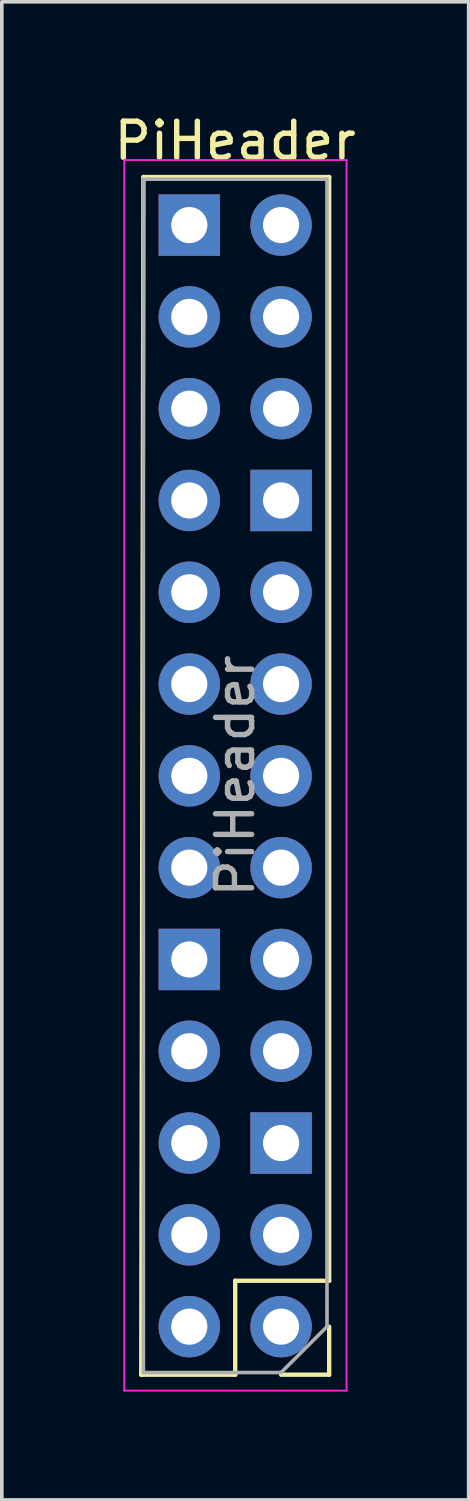
<source format=kicad_pcb>
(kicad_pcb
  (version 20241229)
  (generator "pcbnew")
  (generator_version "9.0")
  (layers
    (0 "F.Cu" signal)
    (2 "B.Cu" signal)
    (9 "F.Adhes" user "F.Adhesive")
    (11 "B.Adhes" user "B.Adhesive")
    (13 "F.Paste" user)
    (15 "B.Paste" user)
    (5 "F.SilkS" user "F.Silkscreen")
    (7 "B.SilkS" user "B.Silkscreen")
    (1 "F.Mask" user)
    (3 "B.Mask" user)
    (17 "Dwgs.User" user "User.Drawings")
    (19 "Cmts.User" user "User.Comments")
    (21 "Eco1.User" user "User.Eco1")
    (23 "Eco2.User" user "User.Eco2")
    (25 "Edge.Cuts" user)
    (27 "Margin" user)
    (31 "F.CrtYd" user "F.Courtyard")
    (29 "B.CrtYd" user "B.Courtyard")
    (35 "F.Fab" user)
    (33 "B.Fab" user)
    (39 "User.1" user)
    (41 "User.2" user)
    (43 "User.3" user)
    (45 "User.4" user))
  (footprint "PiHeader"
    (layer "F.Cu")
    (at 2.188 3.178)
    (property "Reference" "PiHeader" (at 1.27 -2.33 0) (layer "F.SilkS") (effects (font (size 1 1) (thickness 0.15))))
    (attr through_hole)
    (fp_line (start -1.33 31.81) (end 1.27 31.81) (stroke (width 0.12) (type solid)) (layer "F.SilkS"))
    (fp_line (start -1.27 -1.33) (end -1.33 31.81) (stroke (width 0.12) (type solid)) (layer "F.SilkS"))
    (fp_line (start -1.27 -1.33) (end 3.87 -1.33) (stroke (width 0.12) (type solid)) (layer "F.SilkS"))
    (fp_line (start 1.27 29.21) (end 3.87 29.21) (stroke (width 0.12) (type solid)) (layer "F.SilkS"))
    (fp_line (start 1.27 31.81) (end 1.27 29.21) (stroke (width 0.12) (type solid)) (layer "F.SilkS"))
    (fp_line (start 2.54 31.81) (end 3.87 31.81) (stroke (width 0.12) (type solid)) (layer "F.SilkS"))
    (fp_line (start 3.87 -1.33) (end 3.87 29.21) (stroke (width 0.12) (type solid)) (layer "F.SilkS"))
    (fp_line (start 3.87 31.81) (end 3.87 30.48) (stroke (width 0.12) (type solid)) (layer "F.SilkS"))
    (fp_line (start -1.8 -1.8) (end -1.8 32.25) (stroke (width 0.05) (type solid)) (layer "F.CrtYd"))
    (fp_line (start -1.8 32.25) (end 4.35 32.25) (stroke (width 0.05) (type solid)) (layer "F.CrtYd"))
    (fp_line (start 4.35 -1.8) (end -1.8 -1.8) (stroke (width 0.05) (type solid)) (layer "F.CrtYd"))
    (fp_line (start 4.35 32.25) (end 4.35 -1.8) (stroke (width 0.05) (type solid)) (layer "F.CrtYd"))
    (fp_line (start -1.27 -1.27) (end 3.81 -1.27) (stroke (width 0.1) (type solid)) (layer "F.Fab"))
    (fp_line (start -1.27 31.75) (end -1.27 -1.27) (stroke (width 0.1) (type solid)) (layer "F.Fab"))
    (fp_line (start 2.54 31.75) (end -1.27 31.75) (stroke (width 0.1) (type solid)) (layer "F.Fab"))
    (fp_line (start 3.81 -1.27) (end 3.81 30.48) (stroke (width 0.1) (type solid)) (layer "F.Fab"))
    (fp_line (start 3.81 30.48) (end 2.54 31.75) (stroke (width 0.1) (type solid)) (layer "F.Fab"))
    (fp_text user "${REFERENCE}" (at 1.27 15.24 90) (layer "F.Fab") (effects (font (size 1 1) (thickness 0.15))))
    (pad "1" thru_hole oval (at 0 30.48 180) (size 1.7 1.7) (drill 1) (layers "*.Cu" "*.Mask"))
    (pad "2" thru_hole oval (at 2.54 30.48 180) (size 1.7 1.7) (drill 1) (layers "*.Cu" "*.Mask"))
    (pad "3" thru_hole oval (at 0 27.94 180) (size 1.7 1.7) (drill 1) (layers "*.Cu" "*.Mask"))
    (pad "4" thru_hole oval (at 2.54 27.94 180) (size 1.7 1.7) (drill 1) (layers "*.Cu" "*.Mask"))
    (pad "5" thru_hole oval (at 0 25.4 180) (size 1.7 1.7) (drill 1) (layers "*.Cu" "*.Mask"))
    (pad "6" thru_hole rect (at 2.54 25.4 180) (size 1.7 1.7) (drill 1) (layers "*.Cu" "*.Mask"))
    (pad "7" thru_hole oval (at 0 22.86 180) (size 1.7 1.7) (drill 1) (layers "*.Cu" "*.Mask"))
    (pad "8" thru_hole oval (at 2.54 22.86 180) (size 1.7 1.7) (drill 1) (layers "*.Cu" "*.Mask"))
    (pad "9" thru_hole rect (at 0 20.32 180) (size 1.7 1.7) (drill 1) (layers "*.Cu" "*.Mask"))
    (pad "10" thru_hole oval (at 2.54 20.32 180) (size 1.7 1.7) (drill 1) (layers "*.Cu" "*.Mask"))
    (pad "11" thru_hole oval (at 0 17.78 180) (size 1.7 1.7) (drill 1) (layers "*.Cu" "*.Mask"))
    (pad "12" thru_hole oval (at 2.54 17.78 180) (size 1.7 1.7) (drill 1) (layers "*.Cu" "*.Mask"))
    (pad "13" thru_hole oval (at 0 15.24 180) (size 1.7 1.7) (drill 1) (layers "*.Cu" "*.Mask"))
    (pad "14" thru_hole oval (at 2.54 15.24 180) (size 1.7 1.7) (drill 1) (layers "*.Cu" "*.Mask"))
    (pad "15" thru_hole oval (at 0 12.7 180) (size 1.7 1.7) (drill 1) (layers "*.Cu" "*.Mask"))
    (pad "16" thru_hole oval (at 2.54 12.7 180) (size 1.7 1.7) (drill 1) (layers "*.Cu" "*.Mask"))
    (pad "17" thru_hole oval (at 0 10.16 180) (size 1.7 1.7) (drill 1) (layers "*.Cu" "*.Mask"))
    (pad "18" thru_hole oval (at 2.54 10.16 180) (size 1.7 1.7) (drill 1) (layers "*.Cu" "*.Mask"))
    (pad "19" thru_hole oval (at 0 7.62 180) (size 1.7 1.7) (drill 1) (layers "*.Cu" "*.Mask"))
    (pad "20" thru_hole rect (at 2.54 7.62 180) (size 1.7 1.7) (drill 1) (layers "*.Cu" "*.Mask"))
    (pad "21" thru_hole oval (at 0 5.08 180) (size 1.7 1.7) (drill 1) (layers "*.Cu" "*.Mask"))
    (pad "22" thru_hole oval (at 2.54 5.08 180) (size 1.7 1.7) (drill 1) (layers "*.Cu" "*.Mask"))
    (pad "23" thru_hole oval (at 0 2.54 180) (size 1.7 1.7) (drill 1) (layers "*.Cu" "*.Mask"))
    (pad "24" thru_hole oval (at 2.54 2.54 180) (size 1.7 1.7) (drill 1) (layers "*.Cu" "*.Mask"))
    (pad "25" thru_hole rect (at 0 0 180) (size 1.7 1.7) (drill 1) (layers "*.Cu" "*.Mask"))
    (pad "26" thru_hole oval (at 2.54 0 180) (size 1.7 1.7) (drill 1) (layers "*.Cu" "*.Mask")))
  (gr_rect
    (start -3 -3)
    (end 9.917 38.453)
    (stroke (width 0.1) (type default))
    (fill no)
    (layer "Edge.Cuts")))
</source>
